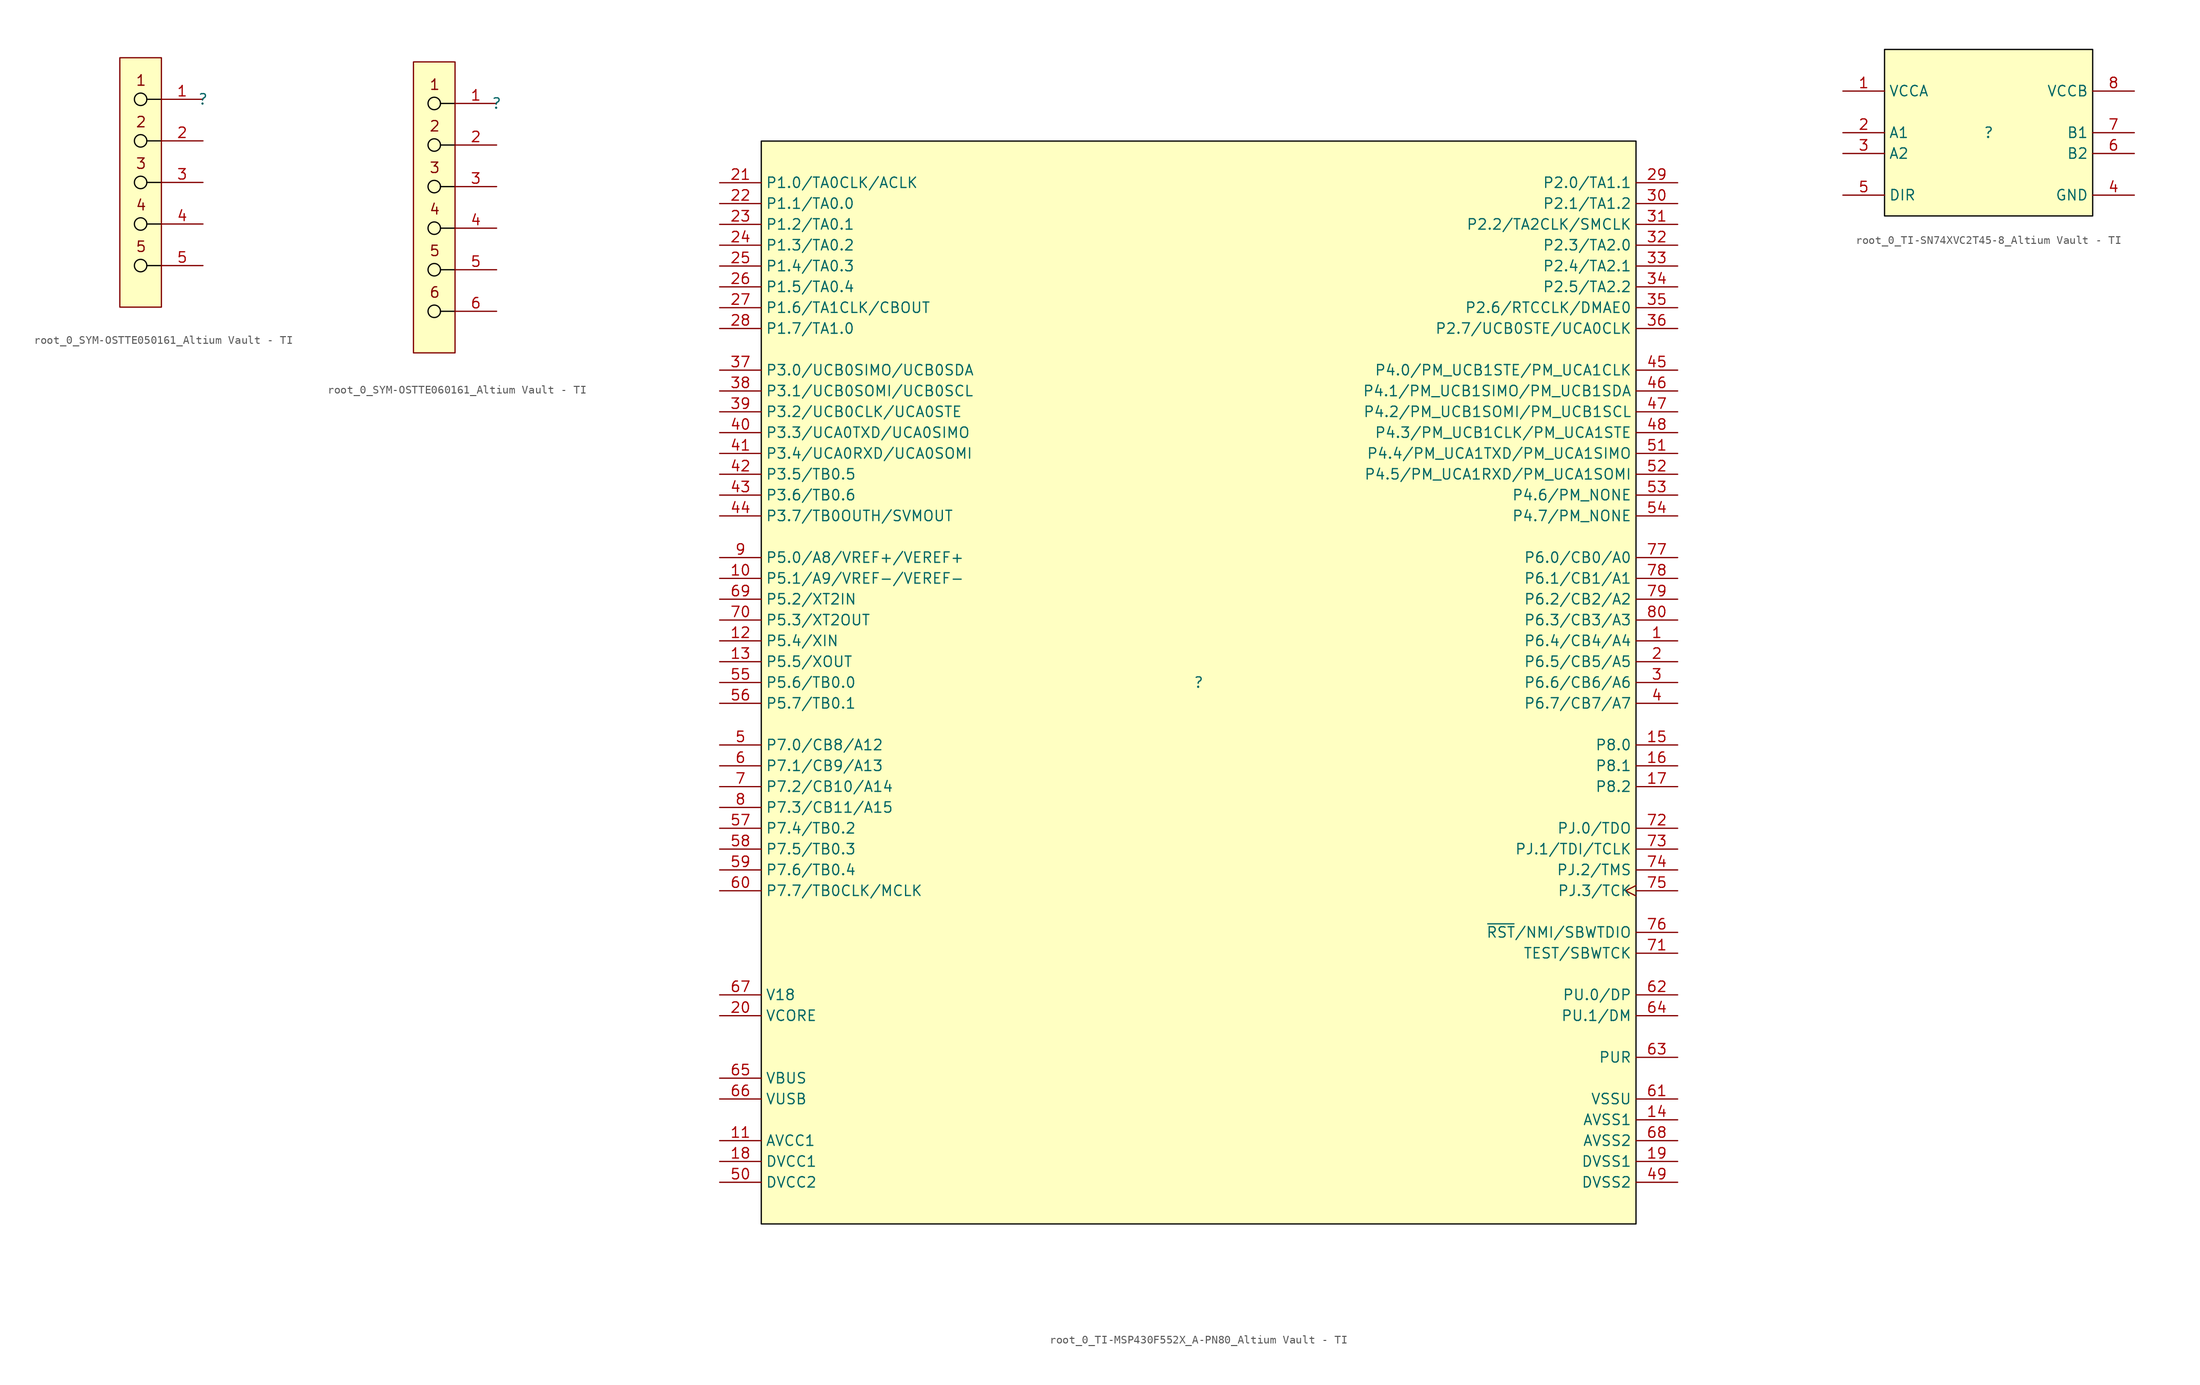
<source format=kicad_sym>
(kicad_symbol_lib
  (version 20241209)
  (generator "kicad_symbol_editor")
  (generator_version "9.0")
  (symbol "root_0_SYM-OSTTE050161_Altium Vault - TI"
    (pin_names
      (hide yes))
    (property "Reference" ""
      (at 0 0 0)
      (effects (font (size 1.27 1.27))))
    (property "Value" ""
      (at 0 0 0)
      (effects (font (size 1.27 1.27))))
    (symbol "root_0_SYM-OSTTE050161_Altium Vault - TI_1_0"
      (circle (center -7.62 0) (radius 0.762) (stroke (width 0) (type solid) (color 0 0 0 1)) (fill (type none)))
      (circle (center -7.62 -5.08) (radius 0.762) (stroke (width 0) (type solid) (color 0 0 0 1)) (fill (type none)))
      (circle (center -7.62 -10.16) (radius 0.762) (stroke (width 0) (type solid) (color 0 0 0 1)) (fill (type none)))
      (circle (center -7.62 -15.24) (radius 0.762) (stroke (width 0) (type solid) (color 0 0 0 1)) (fill (type none)))
      (circle (center -7.62 -20.32) (radius 0.762) (stroke (width 0) (type solid) (color 0 0 0 1)) (fill (type none)))
      (polyline (pts (xy -6.858 0) (xy -5.08 0)) (stroke (width 0) (type solid) (color 0 0 0 1)) (fill (type none)))
      (polyline (pts (xy -6.858 -5.08) (xy -5.08 -5.08)) (stroke (width 0) (type solid) (color 0 0 0 1)) (fill (type none)))
      (polyline (pts (xy -6.858 -10.16) (xy -5.08 -10.16)) (stroke (width 0) (type solid) (color 0 0 0 1)) (fill (type none)))
      (polyline (pts (xy -6.858 -15.24) (xy -5.08 -15.24)) (stroke (width 0) (type solid) (color 0 0 0 1)) (fill (type none)))
      (polyline (pts (xy -6.858 -20.32) (xy -5.08 -20.32)) (stroke (width 0) (type solid) (color 0 0 0 1)) (fill (type none)))
      (rectangle (start -5.08 5.08) (end -10.16 -25.4) (stroke (width 0) (type solid) (color 128 0 0 1)) (fill (type background)))
      (text "1" (at -6.858 3.048 0) (effects (font (size 1.27 1.27)) (justify right top)))
      (text "2" (at -6.858 -2.032 0) (effects (font (size 1.27 1.27)) (justify right top)))
      (text "3" (at -6.858 -7.112 0) (effects (font (size 1.27 1.27)) (justify right top)))
      (text "4" (at -6.858 -12.192 0) (effects (font (size 1.27 1.27)) (justify right top)))
      (text "5" (at -6.858 -17.272 0) (effects (font (size 1.27 1.27)) (justify right top)))
      (pin passive line (at 0 0 180) (length 5.08) (name "1" (effects (font (size 1.27 1.27)))) (number "1" (effects (font (size 1.27 1.27)))))
      (pin passive line (at 0 -5.08 180) (length 5.08) (name "2" (effects (font (size 1.27 1.27)))) (number "2" (effects (font (size 1.27 1.27)))))
      (pin passive line (at 0 -10.16 180) (length 5.08) (name "3" (effects (font (size 1.27 1.27)))) (number "3" (effects (font (size 1.27 1.27)))))
      (pin passive line (at 0 -15.24 180) (length 5.08) (name "4" (effects (font (size 1.27 1.27)))) (number "4" (effects (font (size 1.27 1.27)))))
      (pin passive line (at 0 -20.32 180) (length 5.08) (name "5" (effects (font (size 1.27 1.27)))) (number "5" (effects (font (size 1.27 1.27)))))))
  (symbol "root_0_SYM-OSTTE060161_Altium Vault - TI"
    (pin_names
      (hide yes))
    (property "Reference" ""
      (at 0 0 0)
      (effects (font (size 1.27 1.27))))
    (property "Value" ""
      (at 0 0 0)
      (effects (font (size 1.27 1.27))))
    (symbol "root_0_SYM-OSTTE060161_Altium Vault - TI_1_0"
      (circle (center -7.62 0) (radius 0.762) (stroke (width 0) (type solid) (color 0 0 0 1)) (fill (type none)))
      (circle (center -7.62 -5.08) (radius 0.762) (stroke (width 0) (type solid) (color 0 0 0 1)) (fill (type none)))
      (circle (center -7.62 -10.16) (radius 0.762) (stroke (width 0) (type solid) (color 0 0 0 1)) (fill (type none)))
      (circle (center -7.62 -15.24) (radius 0.762) (stroke (width 0) (type solid) (color 0 0 0 1)) (fill (type none)))
      (circle (center -7.62 -20.32) (radius 0.762) (stroke (width 0) (type solid) (color 0 0 0 1)) (fill (type none)))
      (circle (center -7.62 -25.4) (radius 0.762) (stroke (width 0) (type solid) (color 0 0 0 1)) (fill (type none)))
      (polyline (pts (xy -6.858 0) (xy -5.08 0)) (stroke (width 0) (type solid) (color 0 0 0 1)) (fill (type none)))
      (polyline (pts (xy -6.858 -5.08) (xy -5.08 -5.08)) (stroke (width 0) (type solid) (color 0 0 0 1)) (fill (type none)))
      (polyline (pts (xy -6.858 -10.16) (xy -5.08 -10.16)) (stroke (width 0) (type solid) (color 0 0 0 1)) (fill (type none)))
      (polyline (pts (xy -6.858 -15.24) (xy -5.08 -15.24)) (stroke (width 0) (type solid) (color 0 0 0 1)) (fill (type none)))
      (polyline (pts (xy -6.858 -20.32) (xy -5.08 -20.32)) (stroke (width 0) (type solid) (color 0 0 0 1)) (fill (type none)))
      (polyline (pts (xy -6.858 -25.4) (xy -5.08 -25.4)) (stroke (width 0) (type solid) (color 0 0 0 1)) (fill (type none)))
      (rectangle (start -5.08 5.08) (end -10.16 -30.48) (stroke (width 0) (type solid) (color 128 0 0 1)) (fill (type background)))
      (text "1" (at -6.858 3.048 0) (effects (font (size 1.27 1.27)) (justify right top)))
      (text "2" (at -6.858 -2.032 0) (effects (font (size 1.27 1.27)) (justify right top)))
      (text "3" (at -6.858 -7.112 0) (effects (font (size 1.27 1.27)) (justify right top)))
      (text "4" (at -6.858 -12.192 0) (effects (font (size 1.27 1.27)) (justify right top)))
      (text "5" (at -6.858 -17.272 0) (effects (font (size 1.27 1.27)) (justify right top)))
      (text "6" (at -6.858 -22.352 0) (effects (font (size 1.27 1.27)) (justify right top)))
      (pin passive line (at 0 0 180) (length 5.08) (name "1" (effects (font (size 1.27 1.27)))) (number "1" (effects (font (size 1.27 1.27)))))
      (pin passive line (at 0 -5.08 180) (length 5.08) (name "2" (effects (font (size 1.27 1.27)))) (number "2" (effects (font (size 1.27 1.27)))))
      (pin passive line (at 0 -10.16 180) (length 5.08) (name "3" (effects (font (size 1.27 1.27)))) (number "3" (effects (font (size 1.27 1.27)))))
      (pin passive line (at 0 -15.24 180) (length 5.08) (name "4" (effects (font (size 1.27 1.27)))) (number "4" (effects (font (size 1.27 1.27)))))
      (pin passive line (at 0 -20.32 180) (length 5.08) (name "5" (effects (font (size 1.27 1.27)))) (number "5" (effects (font (size 1.27 1.27)))))
      (pin passive line (at 0 -25.4 180) (length 5.08) (name "6" (effects (font (size 1.27 1.27)))) (number "6" (effects (font (size 1.27 1.27)))))))
  (symbol "root_0_TI-MSP430F552X_A-PN80_Altium Vault - TI"
    (property "Reference" ""
      (at 0 0 0)
      (effects (font (size 1.27 1.27))))
    (property "Value" ""
      (at 0 0 0)
      (effects (font (size 1.27 1.27))))
    (symbol "root_0_TI-MSP430F552X_A-PN80_Altium Vault - TI_1_0"
      (rectangle (start 53.34 66.04) (end -53.34 -66.04) (stroke (width 0) (type solid) (color 0 0 0 1)) (fill (type background)))
      (pin bidirectional line (at -58.42 60.96 0) (length 5.08) (name "P1.0/TA0CLK/ACLK" (effects (font (size 1.27 1.27)))) (number "21" (effects (font (size 1.27 1.27)))))
      (pin bidirectional line (at -58.42 58.42 0) (length 5.08) (name "P1.1/TA0.0" (effects (font (size 1.27 1.27)))) (number "22" (effects (font (size 1.27 1.27)))))
      (pin bidirectional line (at -58.42 55.88 0) (length 5.08) (name "P1.2/TA0.1" (effects (font (size 1.27 1.27)))) (number "23" (effects (font (size 1.27 1.27)))))
      (pin bidirectional line (at -58.42 53.34 0) (length 5.08) (name "P1.3/TA0.2" (effects (font (size 1.27 1.27)))) (number "24" (effects (font (size 1.27 1.27)))))
      (pin bidirectional line (at -58.42 50.8 0) (length 5.08) (name "P1.4/TA0.3" (effects (font (size 1.27 1.27)))) (number "25" (effects (font (size 1.27 1.27)))))
      (pin bidirectional line (at -58.42 48.26 0) (length 5.08) (name "P1.5/TA0.4" (effects (font (size 1.27 1.27)))) (number "26" (effects (font (size 1.27 1.27)))))
      (pin bidirectional line (at -58.42 45.72 0) (length 5.08) (name "P1.6/TA1CLK/CBOUT" (effects (font (size 1.27 1.27)))) (number "27" (effects (font (size 1.27 1.27)))))
      (pin bidirectional line (at -58.42 43.18 0) (length 5.08) (name "P1.7/TA1.0" (effects (font (size 1.27 1.27)))) (number "28" (effects (font (size 1.27 1.27)))))
      (pin bidirectional line (at -58.42 38.1 0) (length 5.08) (name "P3.0/UCB0SIMO/UCB0SDA" (effects (font (size 1.27 1.27)))) (number "37" (effects (font (size 1.27 1.27)))))
      (pin bidirectional line (at -58.42 35.56 0) (length 5.08) (name "P3.1/UCB0SOMI/UCB0SCL" (effects (font (size 1.27 1.27)))) (number "38" (effects (font (size 1.27 1.27)))))
      (pin bidirectional line (at -58.42 33.02 0) (length 5.08) (name "P3.2/UCB0CLK/UCA0STE" (effects (font (size 1.27 1.27)))) (number "39" (effects (font (size 1.27 1.27)))))
      (pin bidirectional line (at -58.42 30.48 0) (length 5.08) (name "P3.3/UCA0TXD/UCA0SIMO" (effects (font (size 1.27 1.27)))) (number "40" (effects (font (size 1.27 1.27)))))
      (pin bidirectional line (at -58.42 27.94 0) (length 5.08) (name "P3.4/UCA0RXD/UCA0SOMI" (effects (font (size 1.27 1.27)))) (number "41" (effects (font (size 1.27 1.27)))))
      (pin bidirectional line (at -58.42 25.4 0) (length 5.08) (name "P3.5/TB0.5" (effects (font (size 1.27 1.27)))) (number "42" (effects (font (size 1.27 1.27)))))
      (pin bidirectional line (at -58.42 22.86 0) (length 5.08) (name "P3.6/TB0.6" (effects (font (size 1.27 1.27)))) (number "43" (effects (font (size 1.27 1.27)))))
      (pin bidirectional line (at -58.42 20.32 0) (length 5.08) (name "P3.7/TB0OUTH/SVMOUT" (effects (font (size 1.27 1.27)))) (number "44" (effects (font (size 1.27 1.27)))))
      (pin bidirectional line (at -58.42 15.24 0) (length 5.08) (name "P5.0/A8/VREF+/VEREF+" (effects (font (size 1.27 1.27)))) (number "9" (effects (font (size 1.27 1.27)))))
      (pin bidirectional line (at -58.42 12.7 0) (length 5.08) (name "P5.1/A9/VREF-/VEREF-" (effects (font (size 1.27 1.27)))) (number "10" (effects (font (size 1.27 1.27)))))
      (pin bidirectional line (at -58.42 10.16 0) (length 5.08) (name "P5.2/XT2IN" (effects (font (size 1.27 1.27)))) (number "69" (effects (font (size 1.27 1.27)))))
      (pin bidirectional line (at -58.42 7.62 0) (length 5.08) (name "P5.3/XT2OUT" (effects (font (size 1.27 1.27)))) (number "70" (effects (font (size 1.27 1.27)))))
      (pin bidirectional line (at -58.42 5.08 0) (length 5.08) (name "P5.4/XIN" (effects (font (size 1.27 1.27)))) (number "12" (effects (font (size 1.27 1.27)))))
      (pin bidirectional line (at -58.42 2.54 0) (length 5.08) (name "P5.5/XOUT" (effects (font (size 1.27 1.27)))) (number "13" (effects (font (size 1.27 1.27)))))
      (pin bidirectional line (at -58.42 0 0) (length 5.08) (name "P5.6/TB0.0" (effects (font (size 1.27 1.27)))) (number "55" (effects (font (size 1.27 1.27)))))
      (pin bidirectional line (at -58.42 -2.54 0) (length 5.08) (name "P5.7/TB0.1" (effects (font (size 1.27 1.27)))) (number "56" (effects (font (size 1.27 1.27)))))
      (pin bidirectional line (at -58.42 -7.62 0) (length 5.08) (name "P7.0/CB8/A12" (effects (font (size 1.27 1.27)))) (number "5" (effects (font (size 1.27 1.27)))))
      (pin bidirectional line (at -58.42 -10.16 0) (length 5.08) (name "P7.1/CB9/A13" (effects (font (size 1.27 1.27)))) (number "6" (effects (font (size 1.27 1.27)))))
      (pin bidirectional line (at -58.42 -12.7 0) (length 5.08) (name "P7.2/CB10/A14" (effects (font (size 1.27 1.27)))) (number "7" (effects (font (size 1.27 1.27)))))
      (pin bidirectional line (at -58.42 -15.24 0) (length 5.08) (name "P7.3/CB11/A15" (effects (font (size 1.27 1.27)))) (number "8" (effects (font (size 1.27 1.27)))))
      (pin bidirectional line (at -58.42 -17.78 0) (length 5.08) (name "P7.4/TB0.2" (effects (font (size 1.27 1.27)))) (number "57" (effects (font (size 1.27 1.27)))))
      (pin bidirectional line (at -58.42 -20.32 0) (length 5.08) (name "P7.5/TB0.3" (effects (font (size 1.27 1.27)))) (number "58" (effects (font (size 1.27 1.27)))))
      (pin bidirectional line (at -58.42 -22.86 0) (length 5.08) (name "P7.6/TB0.4" (effects (font (size 1.27 1.27)))) (number "59" (effects (font (size 1.27 1.27)))))
      (pin bidirectional line (at -58.42 -25.4 0) (length 5.08) (name "P7.7/TB0CLK/MCLK" (effects (font (size 1.27 1.27)))) (number "60" (effects (font (size 1.27 1.27)))))
      (pin passive line (at -58.42 -38.1 0) (length 5.08) (name "V18" (effects (font (size 1.27 1.27)))) (number "67" (effects (font (size 1.27 1.27)))))
      (pin passive line (at -58.42 -40.64 0) (length 5.08) (name "VCORE" (effects (font (size 1.27 1.27)))) (number "20" (effects (font (size 1.27 1.27)))))
      (pin power_in line (at -58.42 -48.26 0) (length 5.08) (name "VBUS" (effects (font (size 1.27 1.27)))) (number "65" (effects (font (size 1.27 1.27)))))
      (pin power_in line (at -58.42 -50.8 0) (length 5.08) (name "VUSB" (effects (font (size 1.27 1.27)))) (number "66" (effects (font (size 1.27 1.27)))))
      (pin power_in line (at -58.42 -55.88 0) (length 5.08) (name "AVCC1" (effects (font (size 1.27 1.27)))) (number "11" (effects (font (size 1.27 1.27)))))
      (pin power_in line (at -58.42 -58.42 0) (length 5.08) (name "DVCC1" (effects (font (size 1.27 1.27)))) (number "18" (effects (font (size 1.27 1.27)))))
      (pin power_in line (at -58.42 -60.96 0) (length 5.08) (name "DVCC2" (effects (font (size 1.27 1.27)))) (number "50" (effects (font (size 1.27 1.27)))))
      (pin bidirectional line (at 58.42 60.96 180) (length 5.08) (name "P2.0/TA1.1" (effects (font (size 1.27 1.27)))) (number "29" (effects (font (size 1.27 1.27)))))
      (pin bidirectional line (at 58.42 58.42 180) (length 5.08) (name "P2.1/TA1.2" (effects (font (size 1.27 1.27)))) (number "30" (effects (font (size 1.27 1.27)))))
      (pin bidirectional line (at 58.42 55.88 180) (length 5.08) (name "P2.2/TA2CLK/SMCLK" (effects (font (size 1.27 1.27)))) (number "31" (effects (font (size 1.27 1.27)))))
      (pin bidirectional line (at 58.42 53.34 180) (length 5.08) (name "P2.3/TA2.0" (effects (font (size 1.27 1.27)))) (number "32" (effects (font (size 1.27 1.27)))))
      (pin bidirectional line (at 58.42 50.8 180) (length 5.08) (name "P2.4/TA2.1" (effects (font (size 1.27 1.27)))) (number "33" (effects (font (size 1.27 1.27)))))
      (pin bidirectional line (at 58.42 48.26 180) (length 5.08) (name "P2.5/TA2.2" (effects (font (size 1.27 1.27)))) (number "34" (effects (font (size 1.27 1.27)))))
      (pin bidirectional line (at 58.42 45.72 180) (length 5.08) (name "P2.6/RTCCLK/DMAE0" (effects (font (size 1.27 1.27)))) (number "35" (effects (font (size 1.27 1.27)))))
      (pin bidirectional line (at 58.42 43.18 180) (length 5.08) (name "P2.7/UCB0STE/UCA0CLK" (effects (font (size 1.27 1.27)))) (number "36" (effects (font (size 1.27 1.27)))))
      (pin bidirectional line (at 58.42 38.1 180) (length 5.08) (name "P4.0/PM_UCB1STE/PM_UCA1CLK" (effects (font (size 1.27 1.27)))) (number "45" (effects (font (size 1.27 1.27)))))
      (pin bidirectional line (at 58.42 35.56 180) (length 5.08) (name "P4.1/PM_UCB1SIMO/PM_UCB1SDA" (effects (font (size 1.27 1.27)))) (number "46" (effects (font (size 1.27 1.27)))))
      (pin bidirectional line (at 58.42 33.02 180) (length 5.08) (name "P4.2/PM_UCB1SOMI/PM_UCB1SCL" (effects (font (size 1.27 1.27)))) (number "47" (effects (font (size 1.27 1.27)))))
      (pin bidirectional line (at 58.42 30.48 180) (length 5.08) (name "P4.3/PM_UCB1CLK/PM_UCA1STE" (effects (font (size 1.27 1.27)))) (number "48" (effects (font (size 1.27 1.27)))))
      (pin bidirectional line (at 58.42 27.94 180) (length 5.08) (name "P4.4/PM_UCA1TXD/PM_UCA1SIMO" (effects (font (size 1.27 1.27)))) (number "51" (effects (font (size 1.27 1.27)))))
      (pin bidirectional line (at 58.42 25.4 180) (length 5.08) (name "P4.5/PM_UCA1RXD/PM_UCA1SOMI" (effects (font (size 1.27 1.27)))) (number "52" (effects (font (size 1.27 1.27)))))
      (pin bidirectional line (at 58.42 22.86 180) (length 5.08) (name "P4.6/PM_NONE" (effects (font (size 1.27 1.27)))) (number "53" (effects (font (size 1.27 1.27)))))
      (pin bidirectional line (at 58.42 20.32 180) (length 5.08) (name "P4.7/PM_NONE" (effects (font (size 1.27 1.27)))) (number "54" (effects (font (size 1.27 1.27)))))
      (pin bidirectional line (at 58.42 15.24 180) (length 5.08) (name "P6.0/CB0/A0" (effects (font (size 1.27 1.27)))) (number "77" (effects (font (size 1.27 1.27)))))
      (pin bidirectional line (at 58.42 12.7 180) (length 5.08) (name "P6.1/CB1/A1" (effects (font (size 1.27 1.27)))) (number "78" (effects (font (size 1.27 1.27)))))
      (pin bidirectional line (at 58.42 10.16 180) (length 5.08) (name "P6.2/CB2/A2" (effects (font (size 1.27 1.27)))) (number "79" (effects (font (size 1.27 1.27)))))
      (pin bidirectional line (at 58.42 7.62 180) (length 5.08) (name "P6.3/CB3/A3" (effects (font (size 1.27 1.27)))) (number "80" (effects (font (size 1.27 1.27)))))
      (pin bidirectional line (at 58.42 5.08 180) (length 5.08) (name "P6.4/CB4/A4" (effects (font (size 1.27 1.27)))) (number "1" (effects (font (size 1.27 1.27)))))
      (pin bidirectional line (at 58.42 2.54 180) (length 5.08) (name "P6.5/CB5/A5" (effects (font (size 1.27 1.27)))) (number "2" (effects (font (size 1.27 1.27)))))
      (pin bidirectional line (at 58.42 0 180) (length 5.08) (name "P6.6/CB6/A6" (effects (font (size 1.27 1.27)))) (number "3" (effects (font (size 1.27 1.27)))))
      (pin bidirectional line (at 58.42 -2.54 180) (length 5.08) (name "P6.7/CB7/A7" (effects (font (size 1.27 1.27)))) (number "4" (effects (font (size 1.27 1.27)))))
      (pin bidirectional line (at 58.42 -7.62 180) (length 5.08) (name "P8.0" (effects (font (size 1.27 1.27)))) (number "15" (effects (font (size 1.27 1.27)))))
      (pin bidirectional line (at 58.42 -10.16 180) (length 5.08) (name "P8.1" (effects (font (size 1.27 1.27)))) (number "16" (effects (font (size 1.27 1.27)))))
      (pin bidirectional line (at 58.42 -12.7 180) (length 5.08) (name "P8.2" (effects (font (size 1.27 1.27)))) (number "17" (effects (font (size 1.27 1.27)))))
      (pin bidirectional line (at 58.42 -17.78 180) (length 5.08) (name "PJ.0/TDO" (effects (font (size 1.27 1.27)))) (number "72" (effects (font (size 1.27 1.27)))))
      (pin bidirectional line (at 58.42 -20.32 180) (length 5.08) (name "PJ.1/TDI/TCLK" (effects (font (size 1.27 1.27)))) (number "73" (effects (font (size 1.27 1.27)))))
      (pin bidirectional line (at 58.42 -22.86 180) (length 5.08) (name "PJ.2/TMS" (effects (font (size 1.27 1.27)))) (number "74" (effects (font (size 1.27 1.27)))))
      (pin bidirectional clock (at 58.42 -25.4 180) (length 5.08) (name "PJ.3/TCK" (effects (font (size 1.27 1.27)))) (number "75" (effects (font (size 1.27 1.27)))))
      (pin bidirectional line (at 58.42 -30.48 180) (length 5.08) (name "~{RST}/NMI/SBWTDIO" (effects (font (size 1.27 1.27)))) (number "76" (effects (font (size 1.27 1.27)))))
      (pin input line (at 58.42 -33.02 180) (length 5.08) (name "TEST/SBWTCK" (effects (font (size 1.27 1.27)))) (number "71" (effects (font (size 1.27 1.27)))))
      (pin bidirectional line (at 58.42 -38.1 180) (length 5.08) (name "PU.0/DP" (effects (font (size 1.27 1.27)))) (number "62" (effects (font (size 1.27 1.27)))))
      (pin bidirectional line (at 58.42 -40.64 180) (length 5.08) (name "PU.1/DM" (effects (font (size 1.27 1.27)))) (number "64" (effects (font (size 1.27 1.27)))))
      (pin passive line (at 58.42 -45.72 180) (length 5.08) (name "PUR" (effects (font (size 1.27 1.27)))) (number "63" (effects (font (size 1.27 1.27)))))
      (pin power_in line (at 58.42 -50.8 180) (length 5.08) (name "VSSU" (effects (font (size 1.27 1.27)))) (number "61" (effects (font (size 1.27 1.27)))))
      (pin power_in line (at 58.42 -53.34 180) (length 5.08) (name "AVSS1" (effects (font (size 1.27 1.27)))) (number "14" (effects (font (size 1.27 1.27)))))
      (pin power_in line (at 58.42 -55.88 180) (length 5.08) (name "AVSS2" (effects (font (size 1.27 1.27)))) (number "68" (effects (font (size 1.27 1.27)))))
      (pin power_in line (at 58.42 -58.42 180) (length 5.08) (name "DVSS1" (effects (font (size 1.27 1.27)))) (number "19" (effects (font (size 1.27 1.27)))))
      (pin power_in line (at 58.42 -60.96 180) (length 5.08) (name "DVSS2" (effects (font (size 1.27 1.27)))) (number "49" (effects (font (size 1.27 1.27)))))))
  (symbol "root_0_TI-SN74XVC2T45-8_Altium Vault - TI"
    (property "Reference" ""
      (at 0 0 0)
      (effects (font (size 1.27 1.27))))
    (property "Value" ""
      (at 0 0 0)
      (effects (font (size 1.27 1.27))))
    (symbol "root_0_TI-SN74XVC2T45-8_Altium Vault - TI_1_0"
      (rectangle (start 12.7 10.16) (end -12.7 -10.16) (stroke (width 0) (type solid) (color 0 0 0 1)) (fill (type background)))
      (pin power_in line (at -17.78 5.08 0) (length 5.08) (name "VCCA" (effects (font (size 1.27 1.27)))) (number "1" (effects (font (size 1.27 1.27)))))
      (pin bidirectional line (at -17.78 0 0) (length 5.08) (name "A1" (effects (font (size 1.27 1.27)))) (number "2" (effects (font (size 1.27 1.27)))))
      (pin bidirectional line (at -17.78 -2.54 0) (length 5.08) (name "A2" (effects (font (size 1.27 1.27)))) (number "3" (effects (font (size 1.27 1.27)))))
      (pin input line (at -17.78 -7.62 0) (length 5.08) (name "DIR" (effects (font (size 1.27 1.27)))) (number "5" (effects (font (size 1.27 1.27)))))
      (pin power_in line (at 17.78 5.08 180) (length 5.08) (name "VCCB" (effects (font (size 1.27 1.27)))) (number "8" (effects (font (size 1.27 1.27)))))
      (pin bidirectional line (at 17.78 0 180) (length 5.08) (name "B1" (effects (font (size 1.27 1.27)))) (number "7" (effects (font (size 1.27 1.27)))))
      (pin bidirectional line (at 17.78 -2.54 180) (length 5.08) (name "B2" (effects (font (size 1.27 1.27)))) (number "6" (effects (font (size 1.27 1.27)))))
      (pin power_in line (at 17.78 -7.62 180) (length 5.08) (name "GND" (effects (font (size 1.27 1.27)))) (number "4" (effects (font (size 1.27 1.27))))))))
</source>
